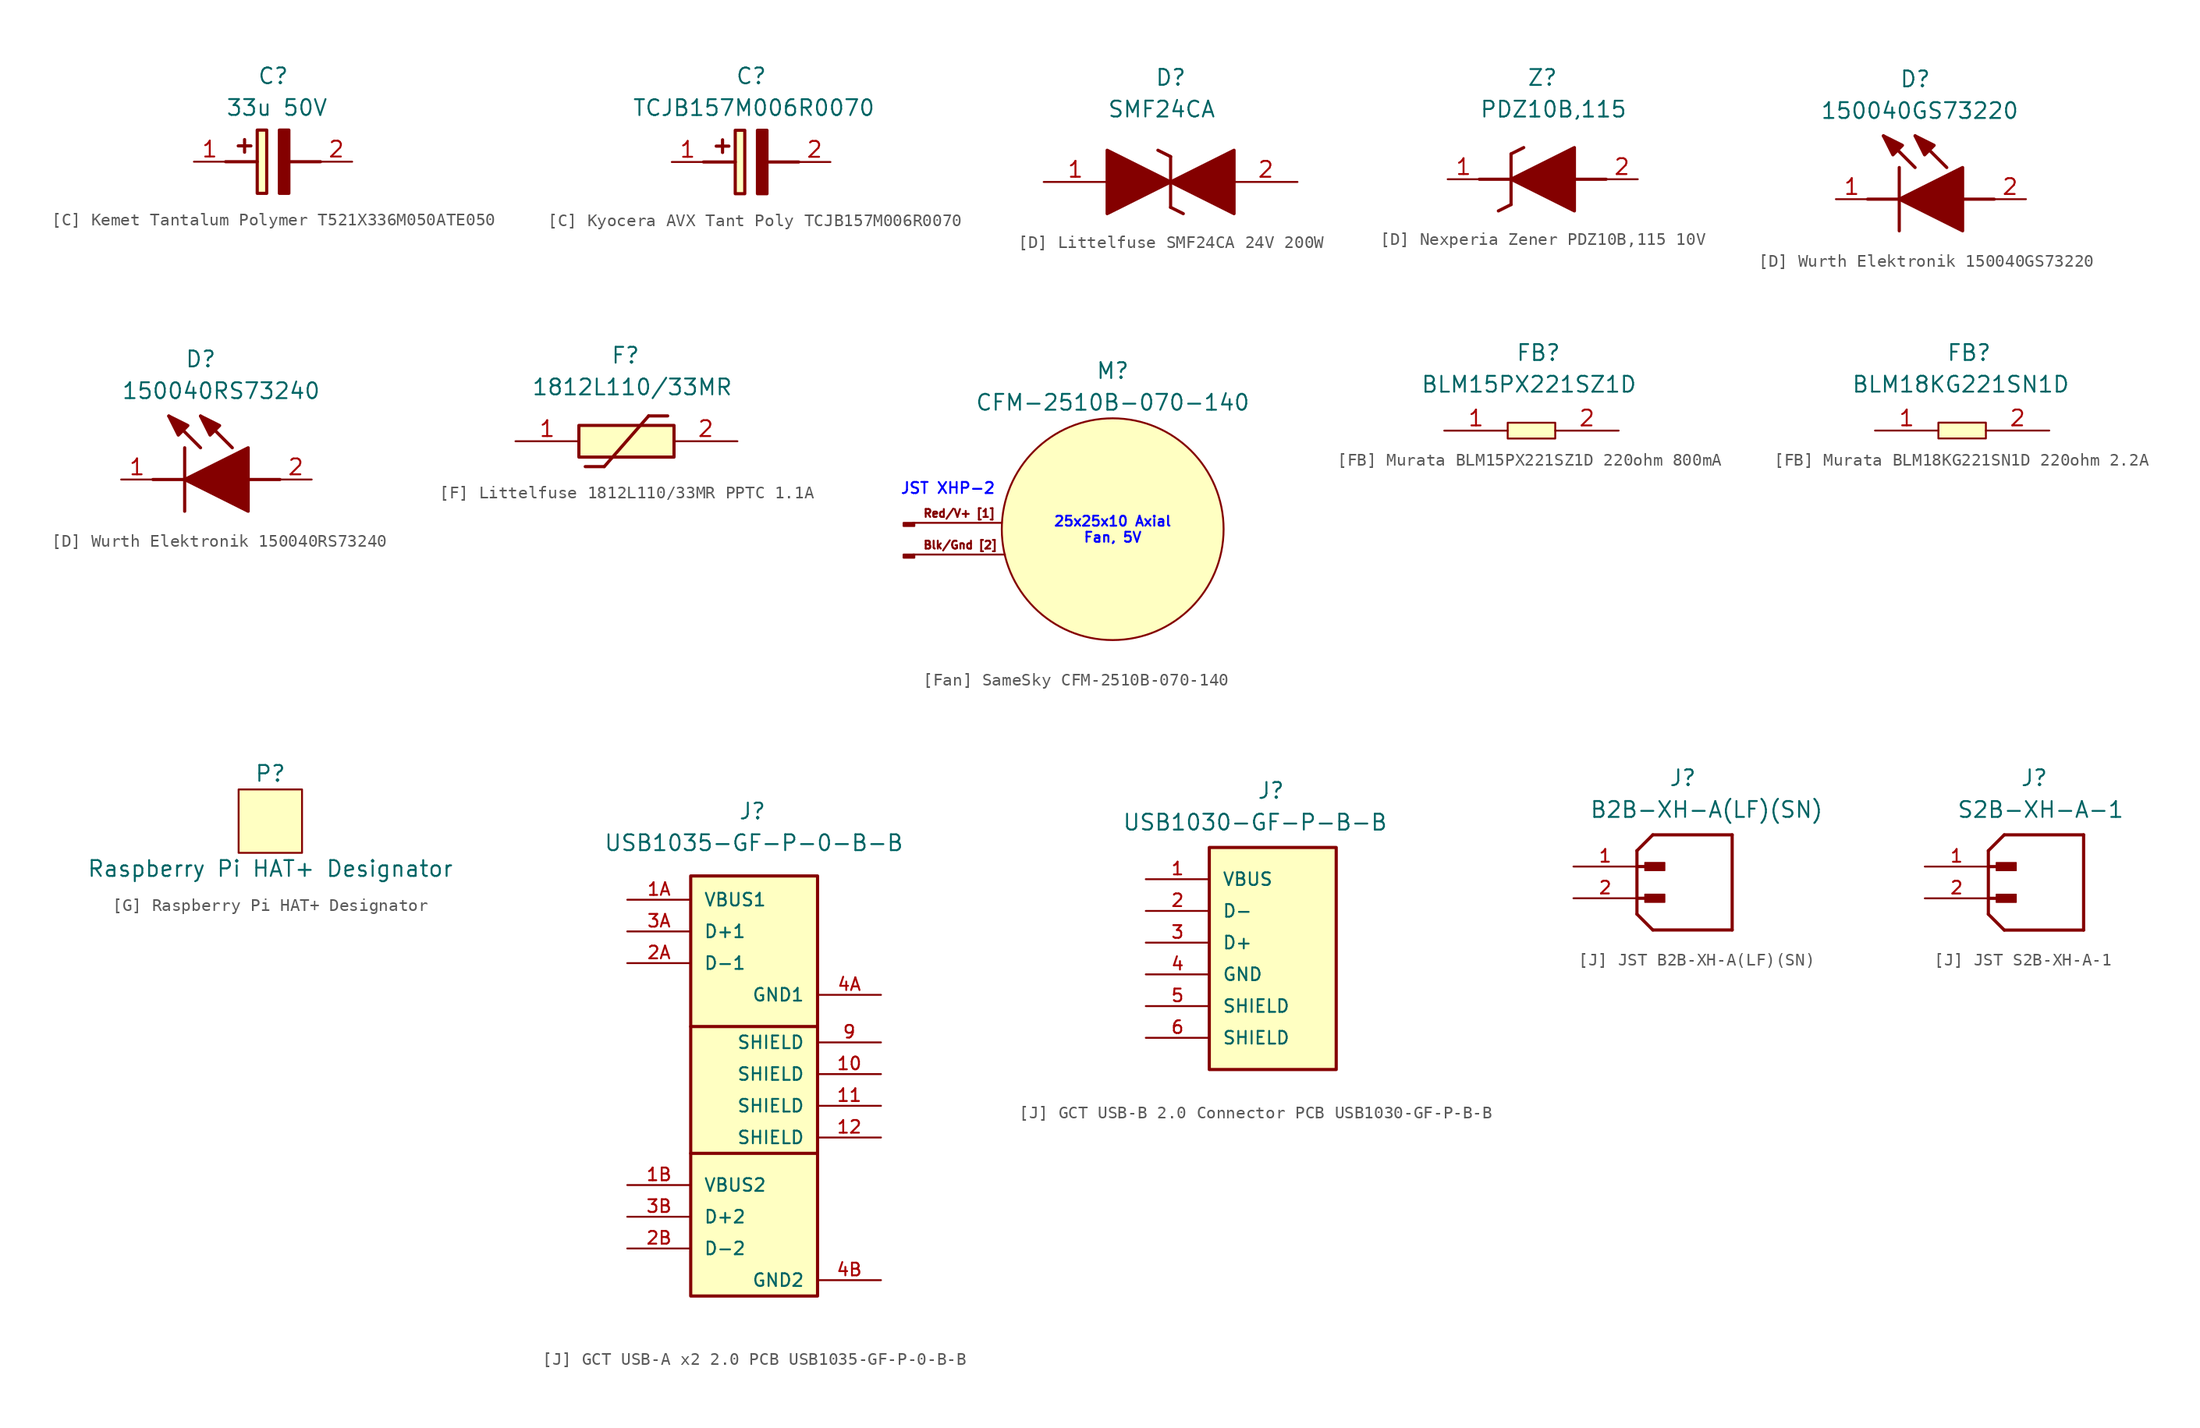
<source format=kicad_sym>
(kicad_symbol_lib
  (version 20241209)
  (generator "kicad_symbol_editor")
  (generator_version "9.0")
  (symbol "[C] Kemet Tantalum Polymer T521X336M050ATE050"
    (pin_names
      (hide yes))
    (property "Reference" "C"
      (at 5.08 7.62 0)
      (effects (font (size 1.27 1.27)) (justify left top)))
    (property "Value" "33u 50V"
      (at 2.54 5.08 0)
      (effects (font (size 1.27 1.27)) (justify left top)))
    (symbol "[C] Kemet Tantalum Polymer T521X336M050ATE050_1_1"
      (polyline (pts (xy 2.54 0) (xy 5.08 0)) (stroke (width 0.254) (type default)) (fill (type none)))
      (polyline (pts (xy 4.064 1.778) (xy 4.064 0.762)) (stroke (width 0.254) (type default)) (fill (type none)))
      (polyline (pts (xy 4.572 1.27) (xy 3.556 1.27)) (stroke (width 0.254) (type default)) (fill (type none)))
      (rectangle (start 5.08 2.54) (end 5.842 -2.54) (stroke (width 0.254) (type default)) (fill (type background)))
      (polyline (pts (xy 7.62 2.54) (xy 7.62 -2.54) (xy 6.858 -2.54) (xy 6.858 2.54) (xy 7.62 2.54)) (stroke (width 0.254) (type default)) (fill (type outline)))
      (polyline (pts (xy 7.62 0) (xy 10.16 0)) (stroke (width 0.254) (type default)) (fill (type none)))
      (pin passive line (at 0 0 0) (length 2.54) (name "+" (effects (font (size 1.27 1.27)))) (number "1" (effects (font (size 1.27 1.27)))))
      (pin passive line (at 12.7 0 180) (length 2.54) (name "-" (effects (font (size 1.27 1.27)))) (number "2" (effects (font (size 1.27 1.27)))))))
  (symbol "[C] Kyocera AVX Tant Poly TCJB157M006R0070"
    (pin_names
      (hide yes))
    (property "Reference" "C"
      (at 5.08 7.62 0)
      (effects (font (size 1.27 1.27)) (justify left top)))
    (property "Value" "TCJB157M006R0070"
      (at -3.175 5.08 0)
      (effects (font (size 1.27 1.27)) (justify left top)))
    (symbol "[C] Kyocera AVX Tant Poly TCJB157M006R0070_1_1"
      (polyline (pts (xy 2.54 0) (xy 5.08 0)) (stroke (width 0.254) (type default)) (fill (type none)))
      (polyline (pts (xy 4.064 1.778) (xy 4.064 0.762)) (stroke (width 0.254) (type default)) (fill (type none)))
      (polyline (pts (xy 4.572 1.27) (xy 3.556 1.27)) (stroke (width 0.254) (type default)) (fill (type none)))
      (rectangle (start 5.08 2.54) (end 5.842 -2.54) (stroke (width 0.254) (type default)) (fill (type background)))
      (polyline (pts (xy 7.62 2.54) (xy 7.62 -2.54) (xy 6.858 -2.54) (xy 6.858 2.54) (xy 7.62 2.54)) (stroke (width 0.254) (type default)) (fill (type outline)))
      (polyline (pts (xy 7.62 0) (xy 10.16 0)) (stroke (width 0.254) (type default)) (fill (type none)))
      (pin passive line (at 0 0 0) (length 2.54) (name "+" (effects (font (size 1.27 1.27)))) (number "1" (effects (font (size 1.27 1.27)))))
      (pin passive line (at 12.7 0 180) (length 2.54) (name "-" (effects (font (size 1.27 1.27)))) (number "2" (effects (font (size 1.27 1.27)))))))
  (symbol "[D] Littelfuse SMF24CA 24V 200W"
    (pin_names
      (hide yes))
    (property "Reference" "D"
      (at 8.89 7.62 0)
      (effects (font (size 1.27 1.27)) (justify left bottom)))
    (property "Value" "SMF24CA"
      (at 5.08 5.08 0)
      (effects (font (size 1.27 1.27)) (justify left bottom)))
    (symbol "[D] Littelfuse SMF24CA 24V 200W_1_1"
      (polyline (pts (xy 9.144 2.54) (xy 10.16 2.032)) (stroke (width 0.254) (type default)) (fill (type none)))
      (polyline (pts (xy 10.16 0) (xy 5.08 2.54) (xy 5.08 -2.54) (xy 10.16 0)) (stroke (width 0.254) (type default)) (fill (type outline)))
      (polyline (pts (xy 10.16 0) (xy 15.24 2.54) (xy 15.24 -2.54) (xy 10.16 0)) (stroke (width 0.254) (type default)) (fill (type outline)))
      (polyline (pts (xy 10.16 -2.032) (xy 10.16 2.032)) (stroke (width 0.254) (type default)) (fill (type none)))
      (polyline (pts (xy 10.16 -2.032) (xy 11.176 -2.54)) (stroke (width 0.254) (type default)) (fill (type none)))
      (pin passive line (at 0 0 0) (length 5.08) (name "1" (effects (font (size 1.27 1.27)))) (number "1" (effects (font (size 1.27 1.27)))))
      (pin passive line (at 20.32 0 180) (length 5.08) (name "2" (effects (font (size 1.27 1.27)))) (number "2" (effects (font (size 1.27 1.27)))))))
  (symbol "[D] Nexperia Zener PDZ10B,115 10V"
    (pin_names
      (hide yes))
    (property "Reference" "Z"
      (at 6.35 8.89 0)
      (effects (font (size 1.27 1.27)) (justify left top)))
    (property "Value" "PDZ10B,115"
      (at 2.54 6.35 0)
      (effects (font (size 1.27 1.27)) (justify left top)))
    (symbol "[D] Nexperia Zener PDZ10B,115 10V_1_1"
      (polyline (pts (xy 2.54 0) (xy 5.08 0)) (stroke (width 0.254) (type default)) (fill (type none)))
      (polyline (pts (xy 4.064 -2.54) (xy 5.08 -2.032)) (stroke (width 0.254) (type default)) (fill (type none)))
      (polyline (pts (xy 5.08 2.032) (xy 5.08 -2.032)) (stroke (width 0.254) (type default)) (fill (type none)))
      (polyline (pts (xy 5.08 2.032) (xy 6.096 2.54)) (stroke (width 0.254) (type default)) (fill (type none)))
      (polyline (pts (xy 5.08 0) (xy 10.16 2.54) (xy 10.16 -2.54) (xy 5.08 0)) (stroke (width 0.254) (type default)) (fill (type outline)))
      (polyline (pts (xy 12.7 0) (xy 10.16 0)) (stroke (width 0.254) (type default)) (fill (type none)))
      (pin passive line (at 0 0 0) (length 2.54) (name "K" (effects (font (size 1.27 1.27)))) (number "1" (effects (font (size 1.27 1.27)))))
      (pin passive line (at 15.24 0 180) (length 2.54) (name "A" (effects (font (size 1.27 1.27)))) (number "2" (effects (font (size 1.27 1.27)))))))
  (symbol "[D] Wurth Elektronik 150040GS73220"
    (pin_names
      (hide yes))
    (property "Reference" "D"
      (at 5.08 8.89 0)
      (effects (font (size 1.27 1.27)) (justify left bottom)))
    (property "Value" "150040GS73220"
      (at -1.27 6.35 0)
      (effects (font (size 1.27 1.27)) (justify left bottom)))
    (symbol "[D] Wurth Elektronik 150040GS73220_1_1"
      (polyline (pts (xy 2.54 0) (xy 5.08 0)) (stroke (width 0.254) (type default)) (fill (type none)))
      (polyline (pts (xy 5.08 2.54) (xy 5.08 -2.54)) (stroke (width 0.254) (type default)) (fill (type none)))
      (polyline (pts (xy 5.08 0) (xy 10.16 2.54) (xy 10.16 -2.54) (xy 5.08 0)) (stroke (width 0.254) (type default)) (fill (type outline)))
      (polyline (pts (xy 5.334 4.318) (xy 4.572 3.556) (xy 3.81 5.08) (xy 5.334 4.318)) (stroke (width 0.254) (type default)) (fill (type outline)))
      (polyline (pts (xy 6.35 2.54) (xy 3.81 5.08)) (stroke (width 0.254) (type default)) (fill (type none)))
      (polyline (pts (xy 7.874 4.318) (xy 7.112 3.556) (xy 6.35 5.08) (xy 7.874 4.318)) (stroke (width 0.254) (type default)) (fill (type outline)))
      (polyline (pts (xy 8.89 2.54) (xy 6.35 5.08)) (stroke (width 0.254) (type default)) (fill (type none)))
      (polyline (pts (xy 10.16 0) (xy 12.7 0)) (stroke (width 0.254) (type default)) (fill (type none)))
      (pin passive line (at 0 0 0) (length 2.54) (name "K" (effects (font (size 1.27 1.27)))) (number "1" (effects (font (size 1.27 1.27)))))
      (pin passive line (at 15.24 0 180) (length 2.54) (name "A" (effects (font (size 1.27 1.27)))) (number "2" (effects (font (size 1.27 1.27)))))))
  (symbol "[D] Wurth Elektronik 150040RS73240"
    (pin_names
      (hide yes))
    (property "Reference" "D"
      (at 5.08 8.89 0)
      (effects (font (size 1.27 1.27)) (justify left bottom)))
    (property "Value" "150040RS73240"
      (at 0 6.35 0)
      (effects (font (size 1.27 1.27)) (justify left bottom)))
    (symbol "[D] Wurth Elektronik 150040RS73240_1_1"
      (polyline (pts (xy 2.54 0) (xy 5.08 0)) (stroke (width 0.254) (type default)) (fill (type none)))
      (polyline (pts (xy 5.08 2.54) (xy 5.08 -2.54)) (stroke (width 0.254) (type default)) (fill (type none)))
      (polyline (pts (xy 5.08 0) (xy 10.16 2.54) (xy 10.16 -2.54) (xy 5.08 0)) (stroke (width 0.254) (type default)) (fill (type outline)))
      (polyline (pts (xy 5.334 4.318) (xy 4.572 3.556) (xy 3.81 5.08) (xy 5.334 4.318)) (stroke (width 0.254) (type default)) (fill (type outline)))
      (polyline (pts (xy 6.35 2.54) (xy 3.81 5.08)) (stroke (width 0.254) (type default)) (fill (type none)))
      (polyline (pts (xy 7.874 4.318) (xy 7.112 3.556) (xy 6.35 5.08) (xy 7.874 4.318)) (stroke (width 0.254) (type default)) (fill (type outline)))
      (polyline (pts (xy 8.89 2.54) (xy 6.35 5.08)) (stroke (width 0.254) (type default)) (fill (type none)))
      (polyline (pts (xy 10.16 0) (xy 12.7 0)) (stroke (width 0.254) (type default)) (fill (type none)))
      (pin passive line (at 0 0 0) (length 2.54) (name "K" (effects (font (size 1.27 1.27)))) (number "1" (effects (font (size 1.27 1.27)))))
      (pin passive line (at 15.24 0 180) (length 2.54) (name "A" (effects (font (size 1.27 1.27)))) (number "2" (effects (font (size 1.27 1.27)))))))
  (symbol "[F] Littelfuse 1812L110/33MR PPTC 1.1A"
    (pin_names
      (hide yes))
    (property "Reference" "F"
      (at 7.62 7.62 0)
      (effects (font (size 1.27 1.27)) (justify left top)))
    (property "Value" "1812L110/33MR"
      (at 1.27 5.08 0)
      (effects (font (size 1.27 1.27)) (justify left top)))
    (symbol "[F] Littelfuse 1812L110/33MR PPTC 1.1A_1_1"
      (rectangle (start 5.08 1.27) (end 12.7 -1.27) (stroke (width 0.254) (type default)) (fill (type background)))
      (polyline (pts (xy 5.588 -2.032) (xy 7.112 -2.032)) (stroke (width 0.254) (type default)) (fill (type none)))
      (polyline (pts (xy 10.668 2.032) (xy 7.112 -2.032)) (stroke (width 0.254) (type default)) (fill (type none)))
      (polyline (pts (xy 10.668 2.032) (xy 12.192 2.032)) (stroke (width 0.254) (type default)) (fill (type none)))
      (pin passive line (at 0 0 0) (length 5.08) (name "1" (effects (font (size 1.27 1.27)))) (number "1" (effects (font (size 1.27 1.27)))))
      (pin passive line (at 17.78 0 180) (length 5.08) (name "2" (effects (font (size 1.27 1.27)))) (number "2" (effects (font (size 1.27 1.27)))))))
  (symbol "[Fan] SameSky CFM-2510B-070-140"
    (property "Reference" "M"
      (at 0 12.7 0)
      (effects (font (size 1.27 1.27))))
    (property "Value" "CFM-2510B-070-140"
      (at 0 10.16 0)
      (effects (font (size 1.27 1.27))))
    (symbol "[Fan] SameSky CFM-2510B-070-140_0_1"
      (polyline (pts (xy -16.002 0.508) (xy -8.89 0.508)) (stroke (width 0) (type default)) (fill (type none)))
      (polyline (pts (xy -16.002 -2.032) (xy -8.636 -2.032)) (stroke (width 0) (type default)) (fill (type none))))
    (symbol "[Fan] SameSky CFM-2510B-070-140_1_1"
      (rectangle (start -16.764 0.508) (end -15.9 0.254) (stroke (width 0.152) (type default)) (fill (type outline)))
      (rectangle (start -15.9 -2.032) (end -16.764 -2.286) (stroke (width 0.152) (type default)) (fill (type outline)))
      (circle (center 0 0) (radius 8.89) (stroke (width 0) (type default)) (fill (type background)))
      (text "Red/V+ [1]" (at -15.24 1.27 0) (effects (font (size 0.635 0.635)) (justify left)))
      (text "Blk/Gnd [2]" (at -15.24 -1.27 0) (effects (font (size 0.635 0.635)) (justify left)))
      (text "JST XHP-2" (at -13.208 3.302 0) (effects (font (size 0.889 0.889) (color 0 0 255 1))))
      (text "25x25x10 Axial\nFan, 5V" (at 0 0 0) (effects (font (size 0.8 0.8) (color 0 0 255 1))))))
  (symbol "[FB] Murata BLM15PX221SZ1D 220ohm 800mA"
    (property "Reference" "FB"
      (at 5.715 6.985 0)
      (effects (font (size 1.27 1.27)) (justify left top)))
    (property "Value" "BLM15PX221SZ1D"
      (at -1.905 4.445 0)
      (effects (font (size 1.27 1.27)) (justify left top)))
    (symbol "[FB] Murata BLM15PX221SZ1D 220ohm 800mA_1_1"
      (rectangle (start 5.08 0.635) (end 8.89 -0.635) (stroke (width 0) (type solid)) (fill (type background)))
      (pin passive line (at 0 0 0) (length 5.08) (name "" (effects (font (size 1.27 1.27)))) (number "1" (effects (font (size 1.27 1.27)))))
      (pin passive line (at 13.97 0 180) (length 5.08) (name "" (effects (font (size 1.27 1.27)))) (number "2" (effects (font (size 1.27 1.27)))))))
  (symbol "[FB] Murata BLM18KG221SN1D 220ohm 2.2A"
    (property "Reference" "FB"
      (at 5.715 6.985 0)
      (effects (font (size 1.27 1.27)) (justify left top)))
    (property "Value" "BLM18KG221SN1D"
      (at -1.905 4.445 0)
      (effects (font (size 1.27 1.27)) (justify left top)))
    (symbol "[FB] Murata BLM18KG221SN1D 220ohm 2.2A_1_1"
      (rectangle (start 5.08 0.635) (end 8.89 -0.635) (stroke (width 0) (type solid)) (fill (type background)))
      (pin passive line (at 0 0 0) (length 5.08) (name "" (effects (font (size 1.27 1.27)))) (number "1" (effects (font (size 1.27 1.27)))))
      (pin passive line (at 13.97 0 180) (length 5.08) (name "" (effects (font (size 1.27 1.27)))) (number "2" (effects (font (size 1.27 1.27)))))))
  (symbol "[G] Raspberry Pi HAT+ Designator"
    (property "Reference" "P"
      (at 0 3.81 0)
      (effects (font (size 1.27 1.27))))
    (property "Value" "Raspberry Pi HAT+ Designator"
      (at 0 -3.81 0)
      (effects (font (size 1.27 1.27))))
    (symbol "[G] Raspberry Pi HAT+ Designator_0_1"
      (rectangle (start -2.54 2.54) (end 2.54 -2.54) (stroke (width 0.152) (type default)) (fill (type background)))))
  (symbol "[J] GCT USB-A x2 2.0 PCB USB1035-GF-P-0-B-B"
    (pin_names
      (offset 1.016))
    (property "Reference" "J"
      (at -1.27 21.59 0)
      (effects (font (size 1.27 1.27)) (justify left bottom)))
    (property "Value" "USB1035-GF-P-0-B-B"
      (at -12.065 19.05 0)
      (effects (font (size 1.27 1.27)) (justify left bottom)))
    (symbol "[J] GCT USB-A x2 2.0 PCB USB1035-GF-P-0-B-B_0_0"
      (rectangle (start -5.08 17.145) (end 5.08 -16.51) (stroke (width 0.254) (type default)) (fill (type background)))
      (polyline (pts (xy -5.08 -5.08) (xy 5.08 -5.08)) (stroke (width 0.254) (type default)) (fill (type none)))
      (polyline (pts (xy 5.08 5.08) (xy -5.08 5.08)) (stroke (width 0.254) (type default)) (fill (type none)))
      (pin power_in line (at -10.16 15.24 0) (length 5.08) (name "VBUS1" (effects (font (size 1.016 1.016)))) (number "1A" (effects (font (size 1.016 1.016)))))
      (pin bidirectional line (at -10.16 12.7 0) (length 5.08) (name "D+1" (effects (font (size 1.016 1.016)))) (number "3A" (effects (font (size 1.016 1.016)))))
      (pin bidirectional line (at -10.16 10.16 0) (length 5.08) (name "D-1" (effects (font (size 1.016 1.016)))) (number "2A" (effects (font (size 1.016 1.016)))))
      (pin power_in line (at -10.16 -7.62 0) (length 5.08) (name "VBUS2" (effects (font (size 1.016 1.016)))) (number "1B" (effects (font (size 1.016 1.016)))))
      (pin bidirectional line (at -10.16 -10.16 0) (length 5.08) (name "D+2" (effects (font (size 1.016 1.016)))) (number "3B" (effects (font (size 1.016 1.016)))))
      (pin bidirectional line (at -10.16 -12.7 0) (length 5.08) (name "D-2" (effects (font (size 1.016 1.016)))) (number "2B" (effects (font (size 1.016 1.016)))))
      (pin power_in line (at 10.16 7.62 180) (length 5.08) (name "GND1" (effects (font (size 1.016 1.016)))) (number "4A" (effects (font (size 1.016 1.016)))))
      (pin power_in line (at 10.16 3.81 180) (length 5.08) (name "SHIELD" (effects (font (size 1.016 1.016)))) (number "9" (effects (font (size 1.016 1.016)))))
      (pin power_in line (at 10.16 1.27 180) (length 5.08) (name "SHIELD" (effects (font (size 1.016 1.016)))) (number "10" (effects (font (size 1.016 1.016)))))
      (pin power_in line (at 10.16 -1.27 180) (length 5.08) (name "SHIELD" (effects (font (size 1.016 1.016)))) (number "11" (effects (font (size 1.016 1.016)))))
      (pin power_in line (at 10.16 -3.81 180) (length 5.08) (name "SHIELD" (effects (font (size 1.016 1.016)))) (number "12" (effects (font (size 1.016 1.016)))))
      (pin power_in line (at 10.16 -15.24 180) (length 5.08) (name "GND2" (effects (font (size 1.016 1.016)))) (number "4B" (effects (font (size 1.016 1.016)))))))
  (symbol "[J] GCT USB-B 2.0 Connector PCB USB1030-GF-P-B-B"
    (pin_names
      (offset 1.016))
    (property "Reference" "J"
      (at -1.27 11.43 0)
      (effects (font (size 1.27 1.27)) (justify left bottom)))
    (property "Value" "USB1030-GF-P-B-B"
      (at -12.065 8.89 0)
      (effects (font (size 1.27 1.27)) (justify left bottom)))
    (symbol "[J] GCT USB-B 2.0 Connector PCB USB1030-GF-P-B-B_0_0"
      (rectangle (start -5.08 7.62) (end 5.08 -10.16) (stroke (width 0.254) (type default)) (fill (type background)))
      (pin power_in line (at -10.16 5.08 0) (length 5.08) (name "VBUS" (effects (font (size 1.016 1.016)))) (number "1" (effects (font (size 1.016 1.016)))))
      (pin bidirectional line (at -10.16 2.54 0) (length 5.08) (name "D-" (effects (font (size 1.016 1.016)))) (number "2" (effects (font (size 1.016 1.016)))))
      (pin bidirectional line (at -10.16 0 0) (length 5.08) (name "D+" (effects (font (size 1.016 1.016)))) (number "3" (effects (font (size 1.016 1.016)))))
      (pin power_in line (at -10.16 -2.54 0) (length 5.08) (name "GND" (effects (font (size 1.016 1.016)))) (number "4" (effects (font (size 1.016 1.016)))))
      (pin power_in line (at -10.16 -5.08 0) (length 5.08) (name "SHIELD" (effects (font (size 1.016 1.016)))) (number "5" (effects (font (size 1.016 1.016)))))
      (pin power_in line (at -10.16 -7.62 0) (length 5.08) (name "SHIELD" (effects (font (size 1.016 1.016)))) (number "6" (effects (font (size 1.016 1.016)))))))
  (symbol "[J] JST B2B-XH-A(LF)(SN)"
    (pin_names
      (offset 1.016)
      (hide yes))
    (property "Reference" "J"
      (at 2.54 8.89 0)
      (effects (font (size 1.27 1.27)) (justify left bottom)))
    (property "Value" "B2B-XH-A(LF)(SN)"
      (at -3.81 6.35 0)
      (effects (font (size 1.27 1.27)) (justify left bottom)))
    (symbol "[J] JST B2B-XH-A(LF)(SN)_0_0"
      (polyline (pts (xy 0 3.81) (xy 0 2.54)) (stroke (width 0.254) (type default)) (fill (type none)))
      (polyline (pts (xy 0 3.81) (xy 1.27 5.08)) (stroke (width 0.254) (type default)) (fill (type none)))
      (polyline (pts (xy 0 2.54) (xy 0 -1.27)) (stroke (width 0.254) (type default)) (fill (type none)))
      (polyline (pts (xy 0 2.54) (xy 1.905 2.54)) (stroke (width 0.254) (type default)) (fill (type none)))
      (polyline (pts (xy 0 0) (xy 1.905 0)) (stroke (width 0.254) (type default)) (fill (type none)))
      (polyline (pts (xy 0 -1.27) (xy 1.27 -2.54)) (stroke (width 0.254) (type default)) (fill (type none)))
      (rectangle (start 0.635 2.223) (end 2.223 2.857) (stroke (width 0.1) (type default)) (fill (type outline)))
      (rectangle (start 0.635 -0.318) (end 2.223 0.318) (stroke (width 0.1) (type default)) (fill (type outline)))
      (polyline (pts (xy 1.27 -2.54) (xy 7.62 -2.54)) (stroke (width 0.254) (type default)) (fill (type none)))
      (polyline (pts (xy 7.62 5.08) (xy 1.27 5.08)) (stroke (width 0.254) (type default)) (fill (type none)))
      (polyline (pts (xy 7.62 -2.54) (xy 7.62 5.08)) (stroke (width 0.254) (type default)) (fill (type none)))
      (pin passive line (at -5.08 2.54 0) (length 5.08) (name "1" (effects (font (size 1.016 1.016)))) (number "1" (effects (font (size 1.016 1.016)))))
      (pin passive line (at -5.08 0 0) (length 5.08) (name "2" (effects (font (size 1.016 1.016)))) (number "2" (effects (font (size 1.016 1.016)))))))
  (symbol "[J] JST S2B-XH-A-1"
    (pin_names
      (offset 1.016)
      (hide yes))
    (property "Reference" "J"
      (at 2.54 8.89 0)
      (effects (font (size 1.27 1.27)) (justify left bottom)))
    (property "Value" "S2B-XH-A-1"
      (at -2.54 6.35 0)
      (effects (font (size 1.27 1.27)) (justify left bottom)))
    (symbol "[J] JST S2B-XH-A-1_0_0"
      (polyline (pts (xy 0 3.81) (xy 0 2.54)) (stroke (width 0.254) (type default)) (fill (type none)))
      (polyline (pts (xy 0 3.81) (xy 1.27 5.08)) (stroke (width 0.254) (type default)) (fill (type none)))
      (polyline (pts (xy 0 2.54) (xy 0 -1.27)) (stroke (width 0.254) (type default)) (fill (type none)))
      (polyline (pts (xy 0 2.54) (xy 1.905 2.54)) (stroke (width 0.254) (type default)) (fill (type none)))
      (polyline (pts (xy 0 0) (xy 1.905 0)) (stroke (width 0.254) (type default)) (fill (type none)))
      (polyline (pts (xy 0 -1.27) (xy 1.27 -2.54)) (stroke (width 0.254) (type default)) (fill (type none)))
      (rectangle (start 0.635 2.223) (end 2.223 2.857) (stroke (width 0.1) (type default)) (fill (type outline)))
      (rectangle (start 0.635 -0.318) (end 2.223 0.318) (stroke (width 0.1) (type default)) (fill (type outline)))
      (polyline (pts (xy 1.27 -2.54) (xy 7.62 -2.54)) (stroke (width 0.254) (type default)) (fill (type none)))
      (polyline (pts (xy 7.62 5.08) (xy 1.27 5.08)) (stroke (width 0.254) (type default)) (fill (type none)))
      (polyline (pts (xy 7.62 -2.54) (xy 7.62 5.08)) (stroke (width 0.254) (type default)) (fill (type none)))
      (pin passive line (at -5.08 2.54 0) (length 5.08) (name "1" (effects (font (size 1.016 1.016)))) (number "1" (effects (font (size 1.016 1.016)))))
      (pin passive line (at -5.08 0 0) (length 5.08) (name "2" (effects (font (size 1.016 1.016)))) (number "2" (effects (font (size 1.016 1.016))))))))
</source>
